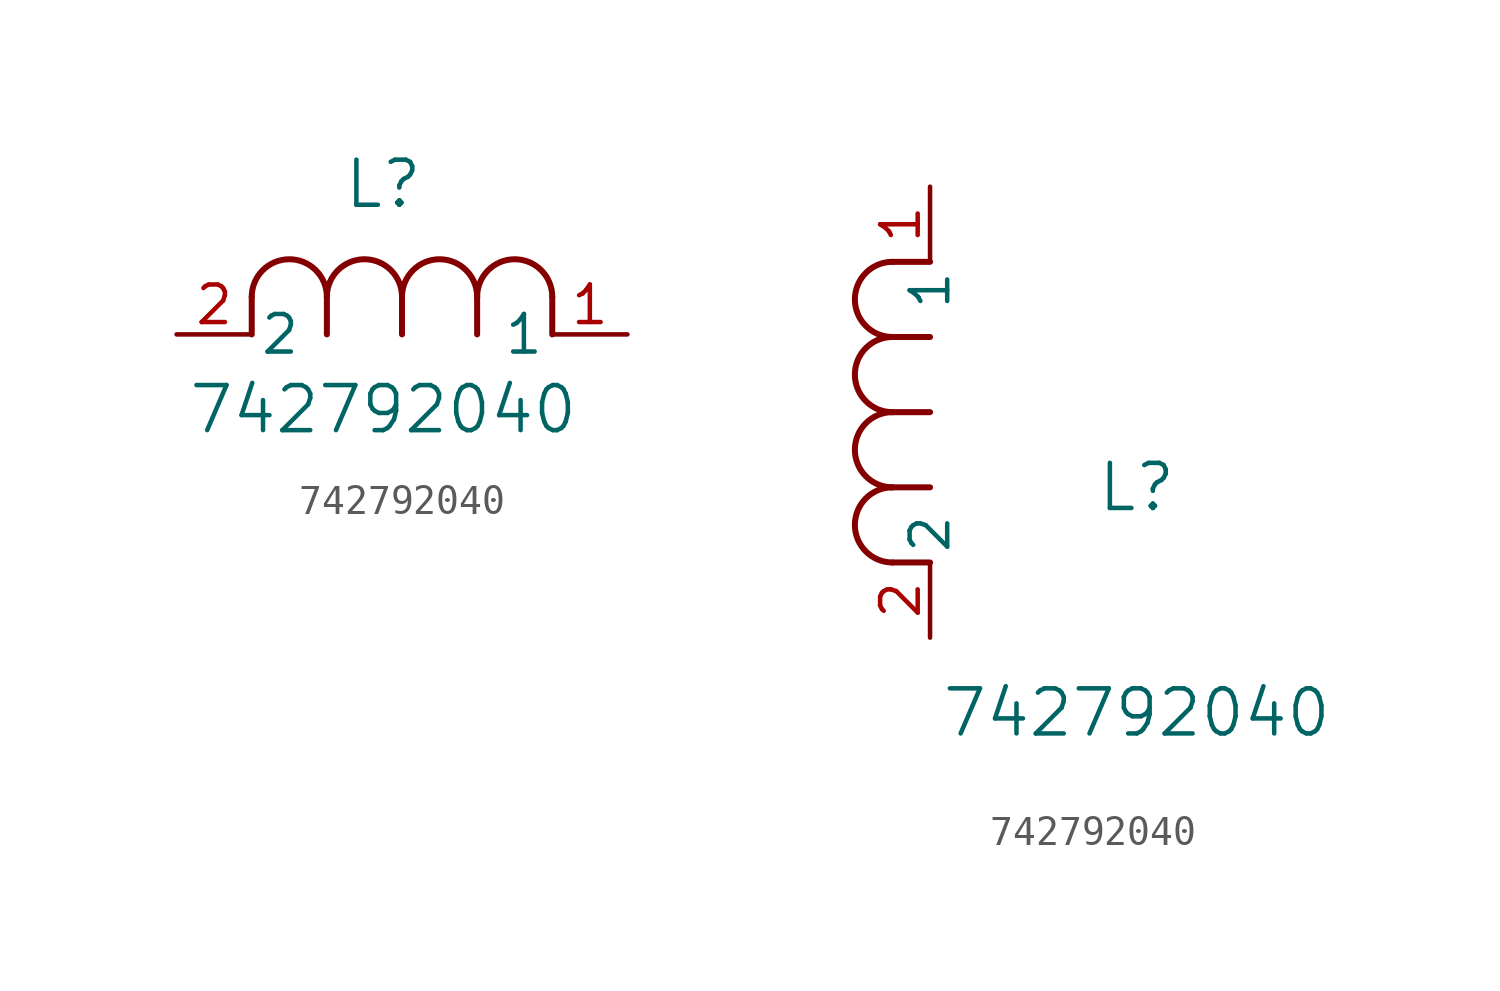
<source format=kicad_sym>
(kicad_symbol_lib
  (version 20211014)
  (generator kicad_symbol_editor)
  (symbol "742792040"
    (pin_names
      (offset 0.254))
    (property "Reference" "L"
      (at 6.985 5.08 0)
      (effects (font (size 1.524 1.524))))
    (property "Value" "742792040"
      (at 6.985 -2.54 0)
      (effects (font (size 1.524 1.524))))
    (symbol "742792040_1_1"
      (arc (start 7.62 1.27) (mid 6.35 2.54) (end 5.08 1.27) (stroke (width 0.2032) (type default) (color 0 0 0 0)) (fill (type none)))
      (polyline (pts (xy 5.08 0) (xy 5.08 1.27)) (stroke (width 0.203) (type default) (color 0 0 0 0)) (fill (type none)))
      (polyline (pts (xy 7.62 0) (xy 7.62 1.27)) (stroke (width 0.203) (type default) (color 0 0 0 0)) (fill (type none)))
      (polyline (pts (xy 12.7 0) (xy 12.7 1.27)) (stroke (width 0.203) (type default) (color 0 0 0 0)) (fill (type none)))
      (arc (start 5.08 1.27) (mid 3.81 2.54) (end 2.54 1.27) (stroke (width 0.2032) (type default) (color 0 0 0 0)) (fill (type none)))
      (arc (start 10.16 1.27) (mid 8.89 2.54) (end 7.62 1.27) (stroke (width 0.2032) (type default) (color 0 0 0 0)) (fill (type none)))
      (arc (start 12.7 1.27) (mid 11.43 2.54) (end 10.16 1.27) (stroke (width 0.2032) (type default) (color 0 0 0 0)) (fill (type none)))
      (polyline (pts (xy 2.54 0) (xy 2.54 1.27)) (stroke (width 0.203) (type default) (color 0 0 0 0)) (fill (type none)))
      (polyline (pts (xy 10.16 0) (xy 10.16 1.27)) (stroke (width 0.203) (type default) (color 0 0 0 0)) (fill (type none)))
      (pin unspecified line (at 0 0 0) (length 2.54) (name "2" (effects (font (size 1.27 1.27)))) (number "2" (effects (font (size 1.27 1.27)))))
      (pin unspecified line (at 15.24 0 180) (length 2.54) (name "1" (effects (font (size 1.27 1.27)))) (number "1" (effects (font (size 1.27 1.27))))))
    (symbol "742792040_1_2"
      (arc (start -1.27 7.62) (mid -2.54 6.35) (end -1.27 5.08) (stroke (width 0.2032) (type default) (color 0 0 0 0)) (fill (type none)))
      (arc (start -1.27 5.08) (mid -2.54 3.81) (end -1.27 2.54) (stroke (width 0.2032) (type default) (color 0 0 0 0)) (fill (type none)))
      (arc (start -1.27 12.7) (mid -2.54 11.43) (end -1.27 10.16) (stroke (width 0.2032) (type default) (color 0 0 0 0)) (fill (type none)))
      (arc (start -1.27 10.16) (mid -2.54 8.89) (end -1.27 7.62) (stroke (width 0.2032) (type default) (color 0 0 0 0)) (fill (type none)))
      (polyline (pts (xy 0 7.62) (xy -1.27 7.62)) (stroke (width 0.203) (type default) (color 0 0 0 0)) (fill (type none)))
      (polyline (pts (xy 0 5.08) (xy -1.27 5.08)) (stroke (width 0.203) (type default) (color 0 0 0 0)) (fill (type none)))
      (polyline (pts (xy 0 12.7) (xy -1.27 12.7)) (stroke (width 0.203) (type default) (color 0 0 0 0)) (fill (type none)))
      (polyline (pts (xy 0 2.54) (xy -1.27 2.54)) (stroke (width 0.203) (type default) (color 0 0 0 0)) (fill (type none)))
      (polyline (pts (xy 0 10.16) (xy -1.27 10.16)) (stroke (width 0.203) (type default) (color 0 0 0 0)) (fill (type none)))
      (pin unspecified line (at 0 0 90) (length 2.54) (name "2" (effects (font (size 1.27 1.27)))) (number "2" (effects (font (size 1.27 1.27)))))
      (pin unspecified line (at 0 15.24 270) (length 2.54) (name "1" (effects (font (size 1.27 1.27)))) (number "1" (effects (font (size 1.27 1.27))))))))
</source>
